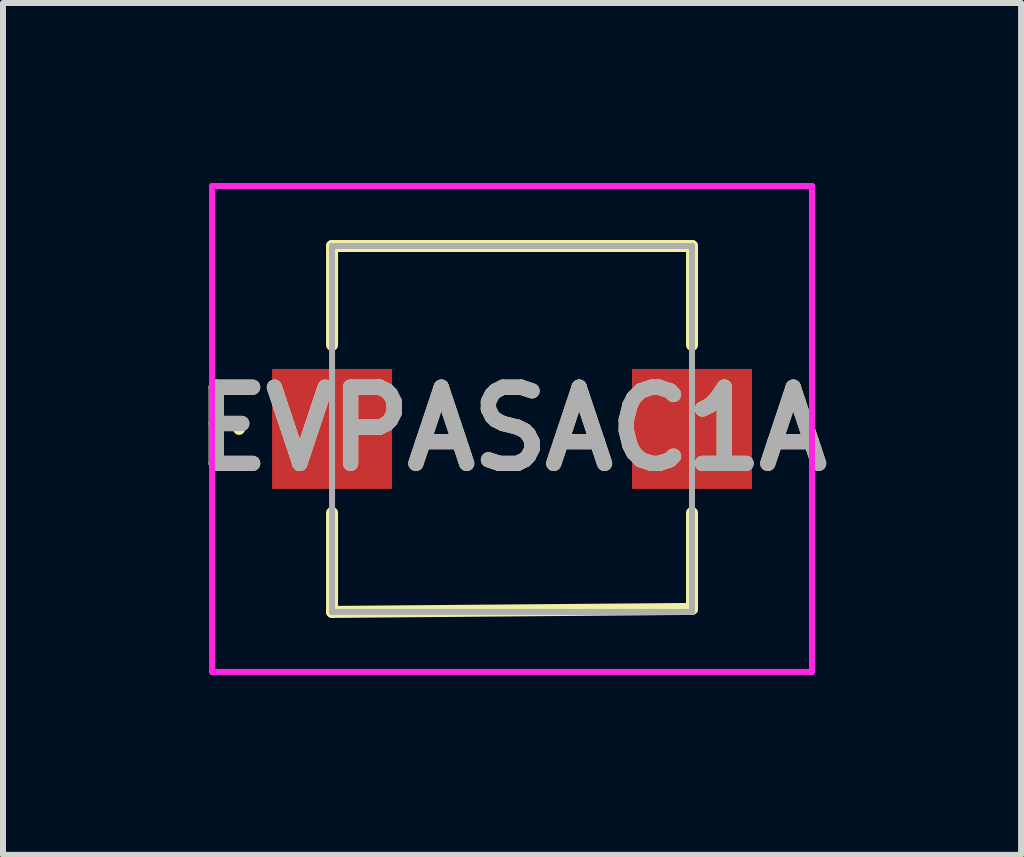
<source format=kicad_pcb>
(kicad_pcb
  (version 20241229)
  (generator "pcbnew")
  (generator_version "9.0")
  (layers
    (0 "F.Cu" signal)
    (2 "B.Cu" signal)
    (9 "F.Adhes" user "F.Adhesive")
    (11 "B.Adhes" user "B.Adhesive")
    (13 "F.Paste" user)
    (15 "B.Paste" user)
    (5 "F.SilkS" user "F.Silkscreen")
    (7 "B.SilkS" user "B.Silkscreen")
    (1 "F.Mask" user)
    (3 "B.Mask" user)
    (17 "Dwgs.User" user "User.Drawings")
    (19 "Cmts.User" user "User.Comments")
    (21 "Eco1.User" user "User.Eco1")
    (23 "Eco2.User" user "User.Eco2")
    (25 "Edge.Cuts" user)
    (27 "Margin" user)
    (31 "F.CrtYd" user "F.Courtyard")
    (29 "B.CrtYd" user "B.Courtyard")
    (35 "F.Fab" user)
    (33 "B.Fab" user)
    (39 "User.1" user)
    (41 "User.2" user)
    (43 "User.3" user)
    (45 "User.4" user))
  (footprint "EVPASAC1A"
    (layer "F.Cu")
    (at 5.485 4.1)
    (property "Reference" "EVPASAC1A" (at 0 0 0) (layer "F.SilkS") (effects (font (size 1.27 1.27) (thickness 0.254))))
    (attr smd)
    (fp_line (start -4.6 0) (end -4.6 0) (stroke (width 0.1) (type solid)) (layer "F.SilkS"))
    (fp_line (start -4.5 0) (end -4.5 0) (stroke (width 0.1) (type solid)) (layer "F.SilkS"))
    (fp_line (start -3 -3.05) (end 3 -3.05) (stroke (width 0.2) (type solid)) (layer "F.SilkS"))
    (fp_line (start -3 -1.4) (end -3 -3.05) (stroke (width 0.2) (type solid)) (layer "F.SilkS"))
    (fp_line (start -3 1.4) (end -3 3.05) (stroke (width 0.2) (type solid)) (layer "F.SilkS"))
    (fp_line (start -3 3.05) (end 3 3) (stroke (width 0.2) (type solid)) (layer "F.SilkS"))
    (fp_line (start 3 -3.05) (end 3 -1.4) (stroke (width 0.2) (type solid)) (layer "F.SilkS"))
    (fp_line (start 3 3) (end 3 1.4) (stroke (width 0.2) (type solid)) (layer "F.SilkS"))
    (fp_arc (start -4.6 0) (mid -4.55 -0.05) (end -4.5 0) (stroke (width 0.1) (type solid)) (layer "F.SilkS"))
    (fp_arc (start -4.5 0) (mid -4.55 0.05) (end -4.6 0) (stroke (width 0.1) (type solid)) (layer "F.SilkS"))
    (fp_line (start -5 -4.05) (end 5 -4.05) (stroke (width 0.1) (type solid)) (layer "F.CrtYd"))
    (fp_line (start -5 4.05) (end -5 -4.05) (stroke (width 0.1) (type solid)) (layer "F.CrtYd"))
    (fp_line (start 5 -4.05) (end 5 4.05) (stroke (width 0.1) (type solid)) (layer "F.CrtYd"))
    (fp_line (start 5 4.05) (end -5 4.05) (stroke (width 0.1) (type solid)) (layer "F.CrtYd"))
    (fp_line (start -3 -3.05) (end 3 -3.05) (stroke (width 0.1) (type solid)) (layer "F.Fab"))
    (fp_line (start -3 3.05) (end -3 -3.05) (stroke (width 0.1) (type solid)) (layer "F.Fab"))
    (fp_line (start 3 -3.05) (end 3 3.05) (stroke (width 0.1) (type solid)) (layer "F.Fab"))
    (fp_line (start 3 3.05) (end -3 3.05) (stroke (width 0.1) (type solid)) (layer "F.Fab"))
    (fp_text user "${REFERENCE}" (at 0 0 0) (layer "F.Fab") (effects (font (size 1.27 1.27) (thickness 0.254))))
    (pad "A1" smd rect (at -3 0 90) (size 2 2) (layers "F.Cu" "F.Mask" "F.Paste"))
    (pad "B1" smd rect (at 3 0 90) (size 2 2) (layers "F.Cu" "F.Mask" "F.Paste")))
  (gr_rect
    (start -3 -3)
    (end 13.97 11.2)
    (stroke (width 0.1) (type default))
    (fill no)
    (layer "Edge.Cuts")))
</source>
